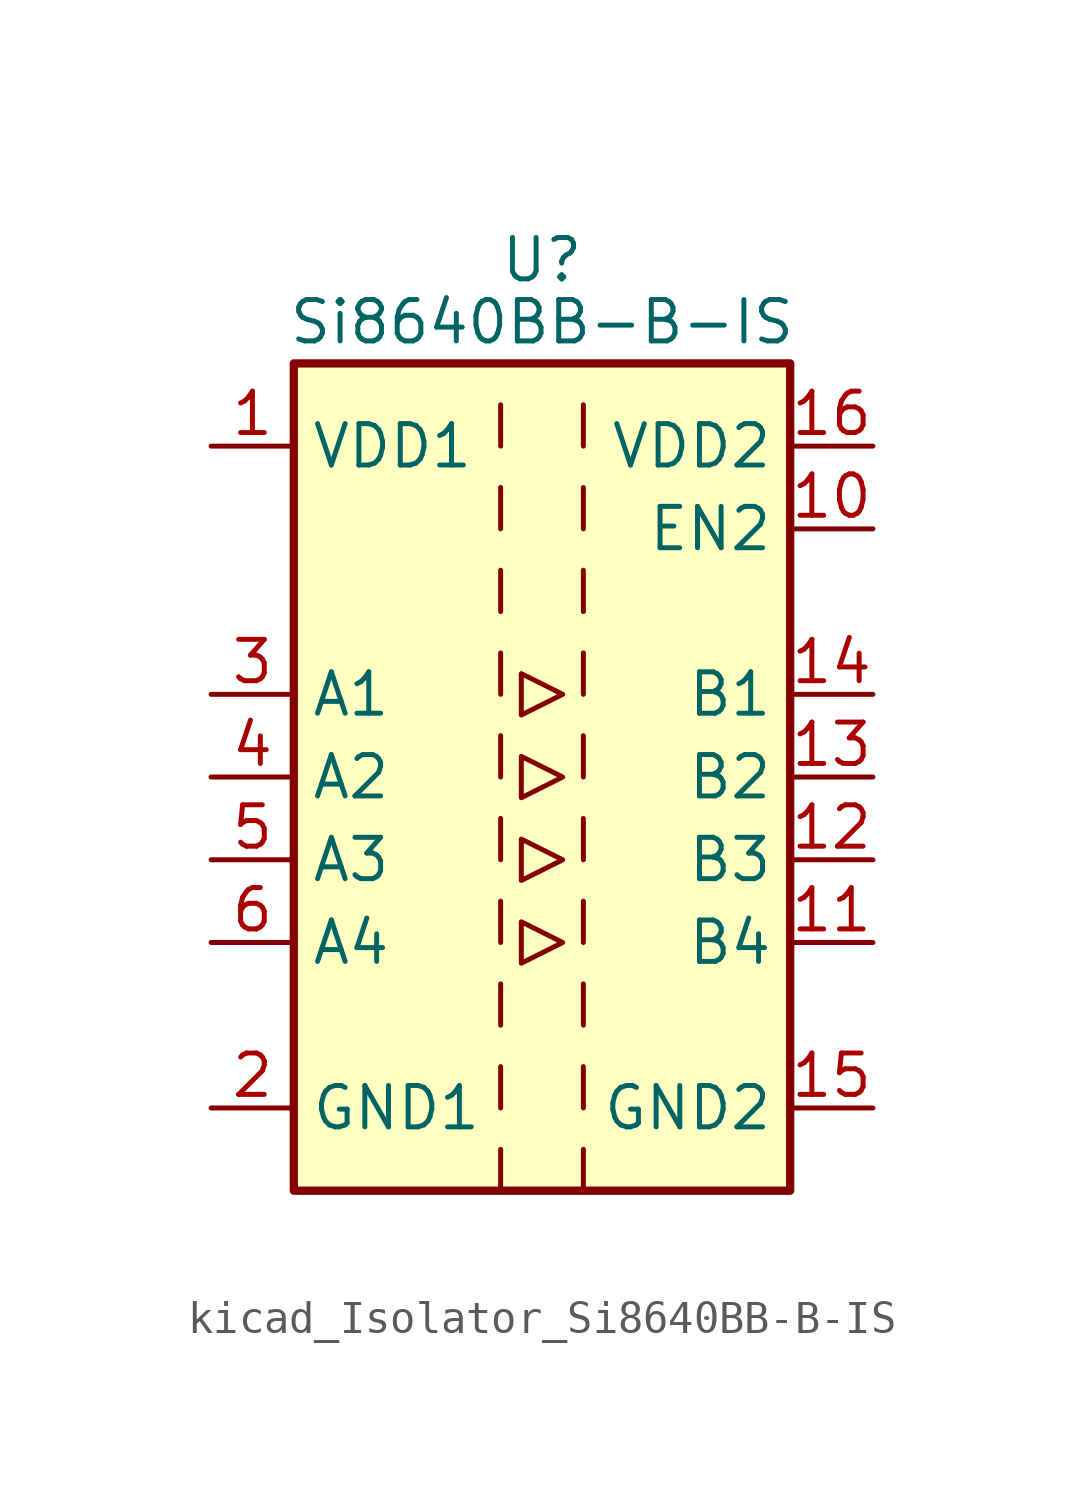
<source format=kicad_sym>
(kicad_symbol_lib
  (version 20220914)
  (generator kicad_symbol_editor)
  (symbol "kicad_Isolator_Si8640BB-B-IS"
    (property "Reference" "U"
      (at 0 15.875 0)
      (effects (font (size 1.27 1.27))))
    (property "Value" "Si8640BB-B-IS"
      (at 0 13.97 0)
      (effects (font (size 1.27 1.27))))
    (symbol "kicad_Isolator_Si8640BB-B-IS_0_1"
      (rectangle (start -7.62 12.7) (end 7.62 -12.7) (stroke (width 0.254) (type default)) (fill (type background)))
      (polyline (pts (xy -1.27 -11.43) (xy -1.27 -12.7)) (stroke (width 0) (type default)) (fill (type none)))
      (polyline (pts (xy -1.27 -8.89) (xy -1.27 -10.16)) (stroke (width 0) (type default)) (fill (type none)))
      (polyline (pts (xy -1.27 -6.35) (xy -1.27 -7.62)) (stroke (width 0) (type default)) (fill (type none)))
      (polyline (pts (xy -1.27 -3.81) (xy -1.27 -5.08)) (stroke (width 0) (type default)) (fill (type none)))
      (polyline (pts (xy -1.27 -1.27) (xy -1.27 -2.54)) (stroke (width 0) (type default)) (fill (type none)))
      (polyline (pts (xy -1.27 1.27) (xy -1.27 0)) (stroke (width 0) (type default)) (fill (type none)))
      (polyline (pts (xy -1.27 3.81) (xy -1.27 2.54)) (stroke (width 0) (type default)) (fill (type none)))
      (polyline (pts (xy -1.27 6.35) (xy -1.27 5.08)) (stroke (width 0) (type default)) (fill (type none)))
      (polyline (pts (xy -1.27 8.89) (xy -1.27 7.62)) (stroke (width 0) (type default)) (fill (type none)))
      (polyline (pts (xy -1.27 11.43) (xy -1.27 10.16)) (stroke (width 0) (type default)) (fill (type none)))
      (polyline (pts (xy 1.27 -11.43) (xy 1.27 -12.7)) (stroke (width 0) (type default)) (fill (type none)))
      (polyline (pts (xy 1.27 -8.89) (xy 1.27 -10.16)) (stroke (width 0) (type default)) (fill (type none)))
      (polyline (pts (xy 1.27 -6.35) (xy 1.27 -7.62)) (stroke (width 0) (type default)) (fill (type none)))
      (polyline (pts (xy 1.27 -3.81) (xy 1.27 -5.08)) (stroke (width 0) (type default)) (fill (type none)))
      (polyline (pts (xy 1.27 -1.27) (xy 1.27 -2.54)) (stroke (width 0) (type default)) (fill (type none)))
      (polyline (pts (xy 1.27 1.27) (xy 1.27 0)) (stroke (width 0) (type default)) (fill (type none)))
      (polyline (pts (xy 1.27 3.81) (xy 1.27 2.54)) (stroke (width 0) (type default)) (fill (type none)))
      (polyline (pts (xy 1.27 6.35) (xy 1.27 5.08)) (stroke (width 0) (type default)) (fill (type none)))
      (polyline (pts (xy 1.27 8.89) (xy 1.27 7.62)) (stroke (width 0) (type default)) (fill (type none)))
      (polyline (pts (xy 1.27 11.43) (xy 1.27 10.16)) (stroke (width 0) (type default)) (fill (type none)))
      (polyline (pts (xy -0.635 0.635) (xy -0.635 -0.635) (xy 0.635 0) (xy -0.635 0.635)) (stroke (width 0) (type default)) (fill (type none)))
      (polyline (pts (xy -0.635 3.175) (xy -0.635 1.905) (xy 0.635 2.54) (xy -0.635 3.175)) (stroke (width 0) (type default)) (fill (type none)))
      (polyline (pts (xy 0.635 -5.08) (xy -0.635 -4.445) (xy -0.635 -5.715) (xy 0.635 -5.08)) (stroke (width 0) (type default)) (fill (type none)))
      (polyline (pts (xy 0.635 -2.54) (xy -0.635 -1.905) (xy -0.635 -3.175) (xy 0.635 -2.54)) (stroke (width 0) (type default)) (fill (type none))))
    (symbol "kicad_Isolator_Si8640BB-B-IS_1_1"
      (pin power_in line (at -10.16 10.16 0) (length 2.54) (name "VDD1" (effects (font (size 1.27 1.27)))) (number "1" (effects (font (size 1.27 1.27)))))
      (pin input line (at 10.16 7.62 180) (length 2.54) (name "EN2" (effects (font (size 1.27 1.27)))) (number "10" (effects (font (size 1.27 1.27)))))
      (pin output line (at 10.16 -5.08 180) (length 2.54) (name "B4" (effects (font (size 1.27 1.27)))) (number "11" (effects (font (size 1.27 1.27)))))
      (pin output line (at 10.16 -2.54 180) (length 2.54) (name "B3" (effects (font (size 1.27 1.27)))) (number "12" (effects (font (size 1.27 1.27)))))
      (pin output line (at 10.16 0 180) (length 2.54) (name "B2" (effects (font (size 1.27 1.27)))) (number "13" (effects (font (size 1.27 1.27)))))
      (pin output line (at 10.16 2.54 180) (length 2.54) (name "B1" (effects (font (size 1.27 1.27)))) (number "14" (effects (font (size 1.27 1.27)))))
      (pin power_in line (at 10.16 -10.16 180) (length 2.54) (name "GND2" (effects (font (size 1.27 1.27)))) (number "15" (effects (font (size 1.27 1.27)))))
      (pin power_in line (at 10.16 10.16 180) (length 2.54) (name "VDD2" (effects (font (size 1.27 1.27)))) (number "16" (effects (font (size 1.27 1.27)))))
      (pin power_in line (at -10.16 -10.16 0) (length 2.54) (name "GND1" (effects (font (size 1.27 1.27)))) (number "2" (effects (font (size 1.27 1.27)))))
      (pin input line (at -10.16 2.54 0) (length 2.54) (name "A1" (effects (font (size 1.27 1.27)))) (number "3" (effects (font (size 1.27 1.27)))))
      (pin input line (at -10.16 0 0) (length 2.54) (name "A2" (effects (font (size 1.27 1.27)))) (number "4" (effects (font (size 1.27 1.27)))))
      (pin input line (at -10.16 -2.54 0) (length 2.54) (name "A3" (effects (font (size 1.27 1.27)))) (number "5" (effects (font (size 1.27 1.27)))))
      (pin input line (at -10.16 -5.08 0) (length 2.54) (name "A4" (effects (font (size 1.27 1.27)))) (number "6" (effects (font (size 1.27 1.27)))))
      (pin no_connect line (at -7.62 7.62 0) (length 2.54) hide (name "NC" (effects (font (size 1.27 1.27)))) (number "7" (effects (font (size 1.27 1.27)))))
      (pin passive line (at -10.16 -10.16 0) (length 2.54) hide (name "GND1" (effects (font (size 1.27 1.27)))) (number "8" (effects (font (size 1.27 1.27)))))
      (pin passive line (at 10.16 -10.16 180) (length 2.54) hide (name "GND2" (effects (font (size 1.27 1.27)))) (number "9" (effects (font (size 1.27 1.27))))))))
</source>
